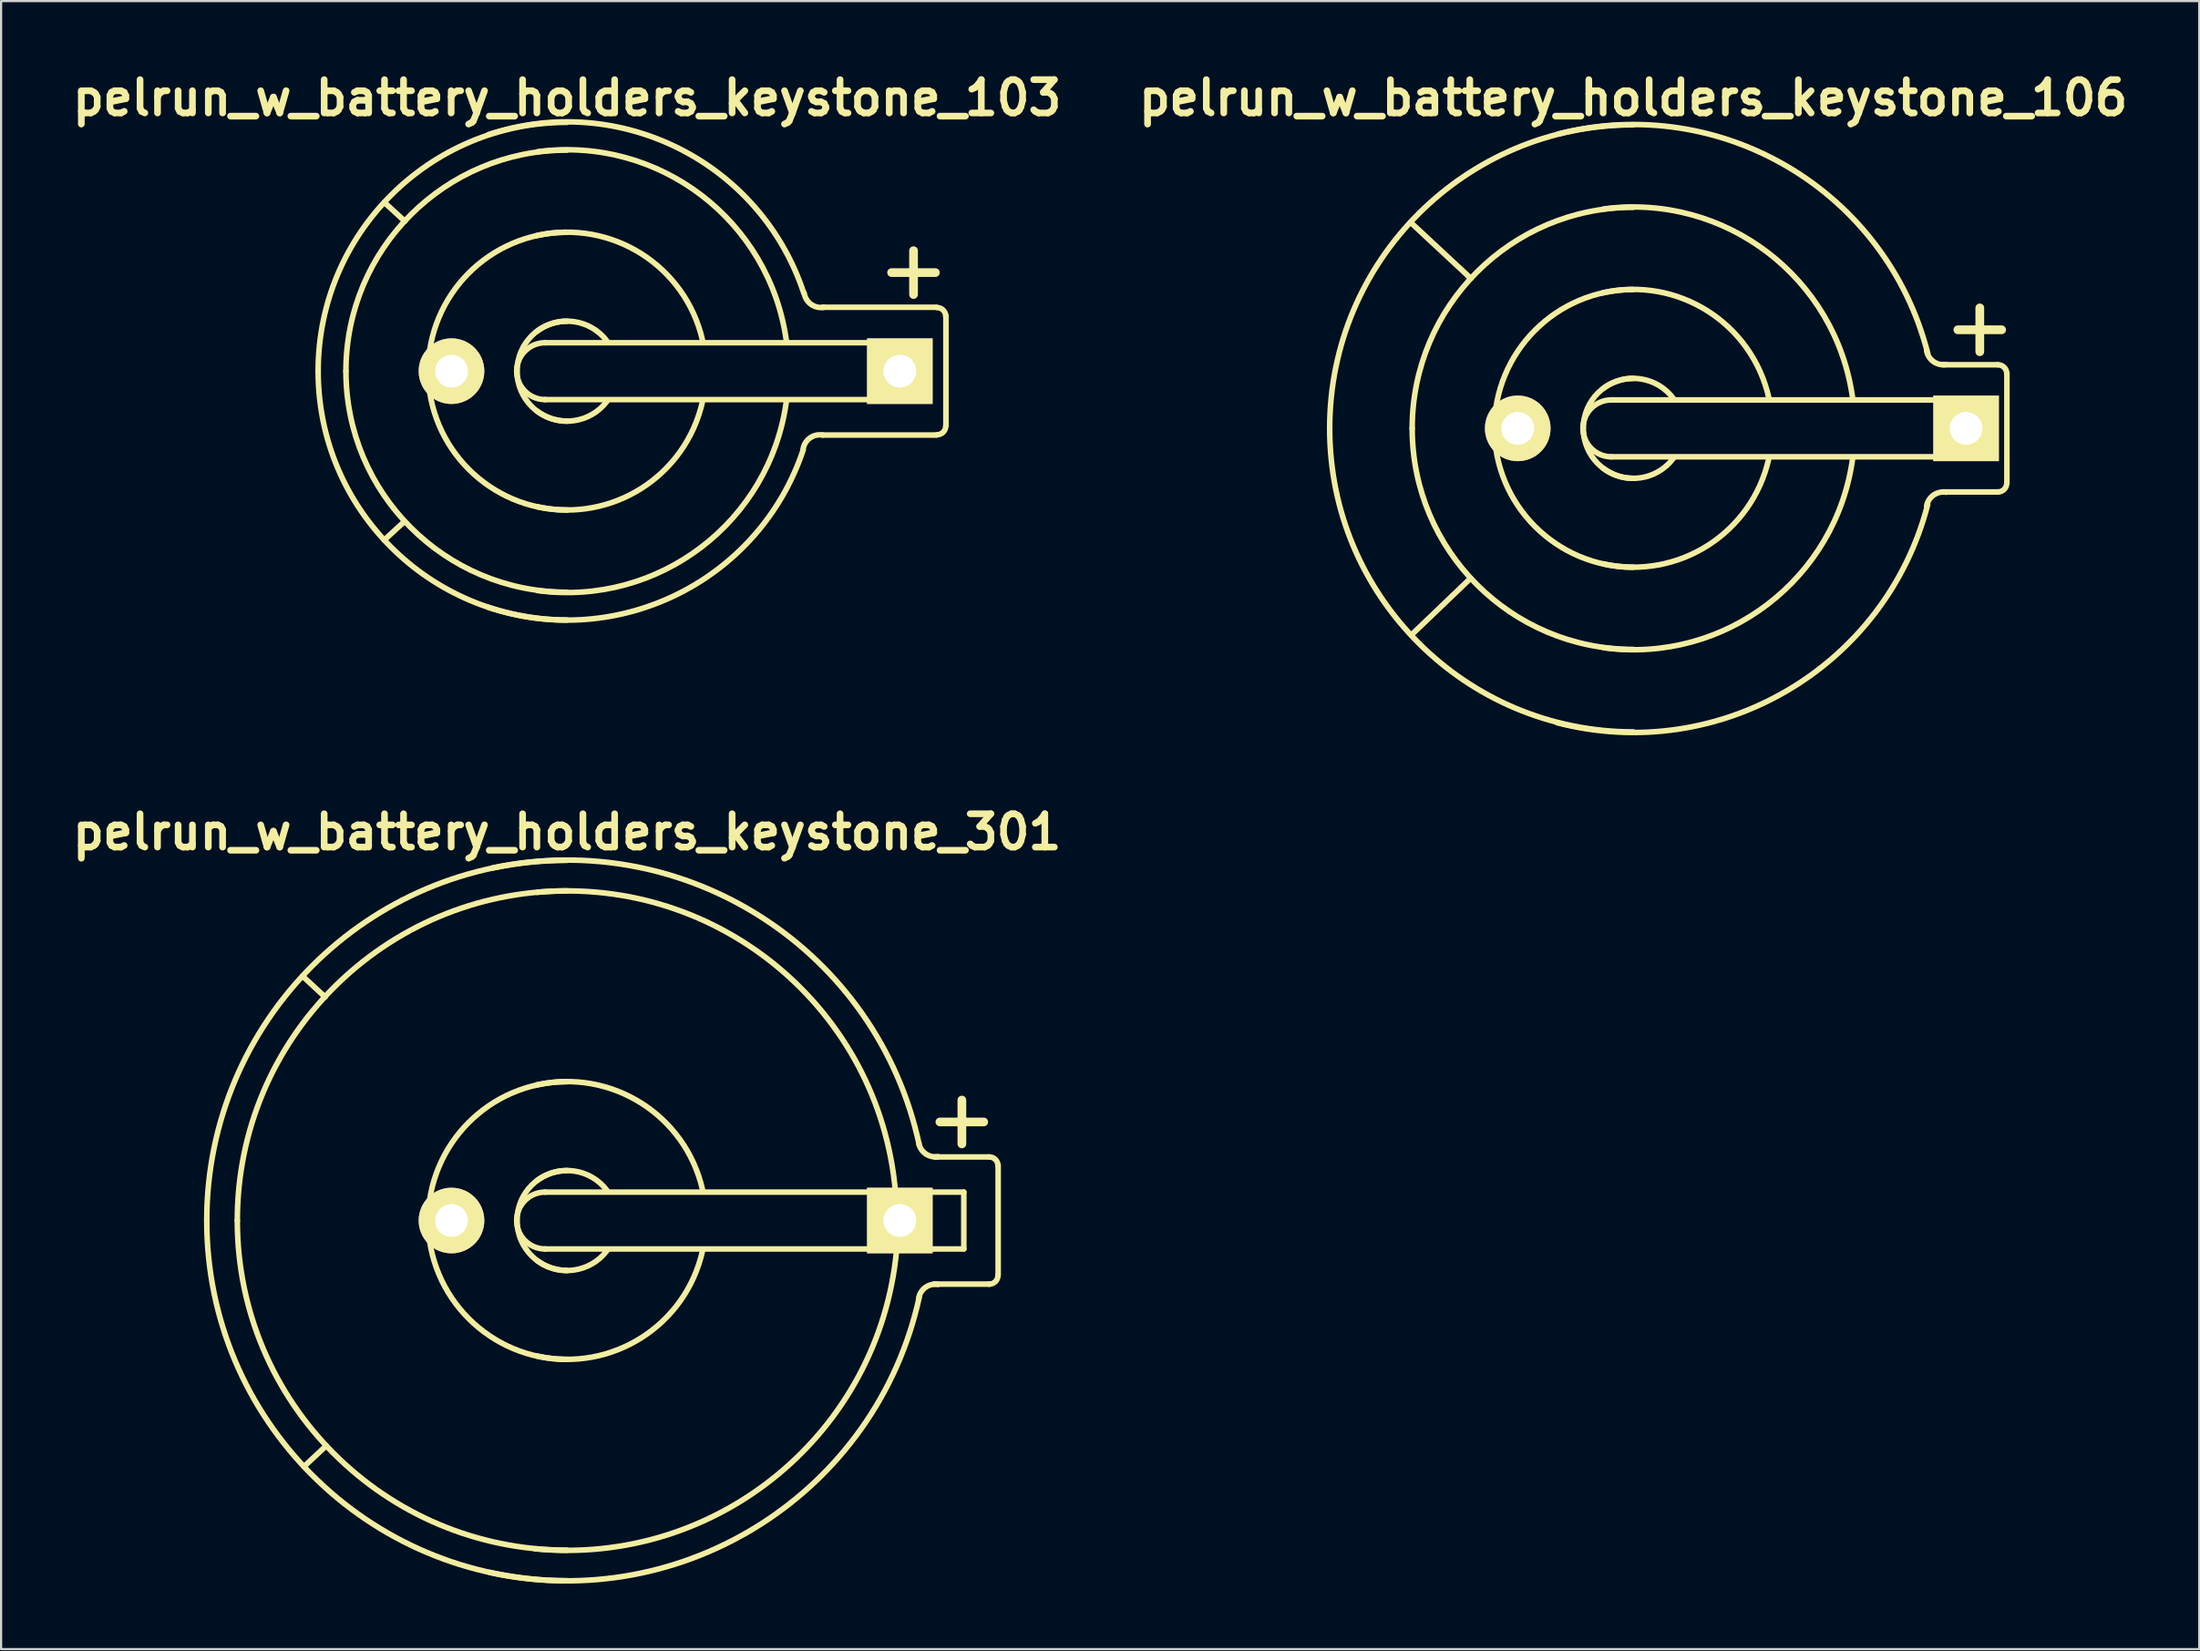
<source format=kicad_pcb>
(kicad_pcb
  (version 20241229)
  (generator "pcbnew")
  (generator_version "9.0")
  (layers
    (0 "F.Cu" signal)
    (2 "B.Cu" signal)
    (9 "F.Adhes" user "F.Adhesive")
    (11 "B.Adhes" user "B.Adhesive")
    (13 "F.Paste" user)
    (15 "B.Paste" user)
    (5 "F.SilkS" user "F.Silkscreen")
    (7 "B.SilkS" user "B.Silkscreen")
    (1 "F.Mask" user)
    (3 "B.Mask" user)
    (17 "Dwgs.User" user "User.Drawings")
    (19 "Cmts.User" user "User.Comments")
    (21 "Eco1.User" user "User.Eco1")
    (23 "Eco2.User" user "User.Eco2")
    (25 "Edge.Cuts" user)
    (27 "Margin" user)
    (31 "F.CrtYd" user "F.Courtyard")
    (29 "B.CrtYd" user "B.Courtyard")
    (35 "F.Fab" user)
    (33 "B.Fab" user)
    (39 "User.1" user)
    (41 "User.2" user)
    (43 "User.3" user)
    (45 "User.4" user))
  (footprint "pelrun_w_battery_holders_keystone_103"
    (layer "F.Cu")
    (at 22.875 13.923)
    (property "Reference" "pelrun_w_battery_holders_keystone_103" (at 0 -12.497 0) (layer "F.SilkS") (effects (font (size 1.524 1.524) (thickness 0.305))))
    (attr through_hole)
    (fp_line (start -8.357 -7.722) (end -7.417 -6.858) (stroke (width 0.254) (type solid)) (layer "F.SilkS"))
    (fp_line (start -8.357 7.722) (end -7.442 6.883) (stroke (width 0.254) (type solid)) (layer "F.SilkS"))
    (fp_line (start -1.001 -1.3) (end 15.199 -1.3) (stroke (width 0.254) (type solid)) (layer "F.SilkS"))
    (fp_line (start 11.684 -2.921) (end 16.891 -2.921) (stroke (width 0.254) (type solid)) (layer "F.SilkS"))
    (fp_line (start 14.839 -4.508) (end 16.84 -4.508) (stroke (width 0.399) (type solid)) (layer "F.SilkS"))
    (fp_line (start 15.199 1.3) (end -1.001 1.3) (stroke (width 0.254) (type solid)) (layer "F.SilkS"))
    (fp_line (start 15.207 -1.3) (end 15.207 1.3) (stroke (width 0.254) (type solid)) (layer "F.SilkS"))
    (fp_line (start 15.842 -3.505) (end 15.842 -5.509) (stroke (width 0.399) (type solid)) (layer "F.SilkS"))
    (fp_line (start 16.891 2.921) (end 11.684 2.921) (stroke (width 0.254) (type solid)) (layer "F.SilkS"))
    (fp_line (start 17.323 -2.54) (end 17.323 2.489) (stroke (width 0.254) (type solid)) (layer "F.SilkS"))
    (fp_arc (start -11.3792 0) (mid -8.046309 -8.046309) (end 0 -11.3792) (stroke (width 0.254) (type solid)) (layer "F.SilkS"))
    (fp_arc (start -10.1092 0) (mid -7.148284 -7.148284) (end 0 -10.1092) (stroke (width 0.254) (type solid)) (layer "F.SilkS"))
    (fp_arc (start -6.35 0.0254) (mid -4.508089 -4.472168) (end -0.0254 -6.35) (stroke (width 0.254) (type solid)) (layer "F.SilkS"))
    (fp_arc (start -3.5814 -10.8204) (mid 5.118746 -10.18361) (end 10.8204 -3.5814) (stroke (width 0.254) (type solid)) (layer "F.SilkS"))
    (fp_arc (start -2.30124 0) (mid -1.920338 -0.919578) (end -1.00076 -1.30048) (stroke (width 0.254) (type solid)) (layer "F.SilkS"))
    (fp_arc (start -2.286 0) (mid -1.616446 -1.616446) (end 0 -2.286) (stroke (width 0.254) (type solid)) (layer "F.SilkS"))
    (fp_arc (start -1.397 -6.1976) (mid 3.394537 -5.370193) (end 6.1976 -1.397) (stroke (width 0.254) (type solid)) (layer "F.SilkS"))
    (fp_arc (start -1.3716 -1.8288) (mid 0.323289 -2.263025) (end 1.8288 -1.3716) (stroke (width 0.254) (type solid)) (layer "F.SilkS"))
    (fp_arc (start -1.3462 -10.033) (mid 6.142495 -8.046309) (end 10.033 -1.3462) (stroke (width 0.254) (type solid)) (layer "F.SilkS"))
    (fp_arc (start -1.00076 1.30048) (mid -1.920338 0.919578) (end -2.30124 0) (stroke (width 0.254) (type solid)) (layer "F.SilkS"))
    (fp_arc (start 0 2.286) (mid -1.616446 1.616446) (end -2.286 0) (stroke (width 0.254) (type solid)) (layer "F.SilkS"))
    (fp_arc (start 0 6.35) (mid -4.490128 4.490128) (end -6.35 0) (stroke (width 0.254) (type solid)) (layer "F.SilkS"))
    (fp_arc (start 0 10.1092) (mid -7.148284 7.148284) (end -10.1092 0) (stroke (width 0.254) (type solid)) (layer "F.SilkS"))
    (fp_arc (start 0 11.3792) (mid -8.046309 8.046309) (end -11.3792 0) (stroke (width 0.254) (type solid)) (layer "F.SilkS"))
    (fp_arc (start 1.8288 1.3716) (mid 0.323289 2.263025) (end -1.3716 1.8288) (stroke (width 0.254) (type solid)) (layer "F.SilkS"))
    (fp_arc (start 6.1976 1.3716) (mid 3.412497 5.352233) (end -1.3716 6.1976) (stroke (width 0.254) (type solid)) (layer "F.SilkS"))
    (fp_arc (start 10.033 1.3462) (mid 6.142495 8.046309) (end -1.3462 10.033) (stroke (width 0.254) (type solid)) (layer "F.SilkS"))
    (fp_arc (start 10.795 3.556) (mid 11.107987 3.054382) (end 11.684 2.921) (stroke (width 0.254) (type solid)) (layer "F.SilkS"))
    (fp_arc (start 10.795 3.6068) (mid 5.082825 10.18361) (end -3.6068 10.795) (stroke (width 0.254) (type solid)) (layer "F.SilkS"))
    (fp_arc (start 11.7348 -2.921) (mid 11.158787 -3.054382) (end 10.8458 -3.556) (stroke (width 0.254) (type solid)) (layer "F.SilkS"))
    (fp_arc (start 16.91386 -2.9083) (mid 17.197636 -2.790756) (end 17.31518 -2.50698) (stroke (width 0.254) (type solid)) (layer "F.SilkS"))
    (fp_arc (start 17.31518 2.50698) (mid 17.197636 2.790756) (end 16.91386 2.9083) (stroke (width 0.254) (type solid)) (layer "F.SilkS"))
    (pad "1" thru_hole rect (at 15.215 0) (size 2.997 2.997) (drill 1.499) (layers "*.Cu" "*.Mask" "F.SilkS"))
    (pad "2" thru_hole circle (at -5.283 0) (size 3 3) (drill 1.499) (layers "*.Cu" "*.Mask" "F.SilkS")))
  (footprint "pelrun_w_battery_holders_keystone_106"
    (layer "F.Cu")
    (at 71.624 16.539)
    (property "Reference" "pelrun_w_battery_holders_keystone_106" (at 0 -15.113 0) (layer "F.SilkS") (effects (font (size 1.524 1.524) (thickness 0.305))))
    (attr through_hole)
    (fp_line (start -7.442 6.858) (end -10.147 9.449) (stroke (width 0.254) (type solid)) (layer "F.SilkS"))
    (fp_line (start -7.429 -6.858) (end -10.185 -9.423) (stroke (width 0.254) (type solid)) (layer "F.SilkS"))
    (fp_line (start -1.001 -1.3) (end 15.199 -1.3) (stroke (width 0.254) (type solid)) (layer "F.SilkS"))
    (fp_line (start 14.839 -4.508) (end 16.84 -4.508) (stroke (width 0.399) (type solid)) (layer "F.SilkS"))
    (fp_line (start 15.199 1.3) (end -1.001 1.3) (stroke (width 0.254) (type solid)) (layer "F.SilkS"))
    (fp_line (start 15.207 -1.3) (end 15.207 1.3) (stroke (width 0.254) (type solid)) (layer "F.SilkS"))
    (fp_line (start 15.842 -3.505) (end 15.842 -5.509) (stroke (width 0.399) (type solid)) (layer "F.SilkS"))
    (fp_line (start 16.675 -2.908) (end 14.148 -2.908) (stroke (width 0.254) (type solid)) (layer "F.SilkS"))
    (fp_line (start 16.675 2.908) (end 14.148 2.908) (stroke (width 0.254) (type solid)) (layer "F.SilkS"))
    (fp_line (start 17.081 -2.54) (end 17.081 2.489) (stroke (width 0.254) (type solid)) (layer "F.SilkS"))
    (fp_arc (start -13.8811 0) (mid -9.81542 -9.81542) (end 0 -13.8811) (stroke (width 0.254) (type solid)) (layer "F.SilkS"))
    (fp_arc (start -10.1092 0) (mid -7.148284 -7.148284) (end 0 -10.1092) (stroke (width 0.254) (type solid)) (layer "F.SilkS"))
    (fp_arc (start -6.35 0.0254) (mid -4.508089 -4.472168) (end -0.0254 -6.35) (stroke (width 0.254) (type solid)) (layer "F.SilkS"))
    (fp_arc (start -3.429 -13.462) (mid 7.094402 -11.943741) (end 13.462 -3.429) (stroke (width 0.254) (type solid)) (layer "F.SilkS"))
    (fp_arc (start -2.30124 0) (mid -1.920338 -0.919578) (end -1.00076 -1.30048) (stroke (width 0.254) (type solid)) (layer "F.SilkS"))
    (fp_arc (start -2.286 0) (mid -1.616446 -1.616446) (end 0 -2.286) (stroke (width 0.254) (type solid)) (layer "F.SilkS"))
    (fp_arc (start -1.397 -6.1976) (mid 3.394537 -5.370193) (end 6.1976 -1.397) (stroke (width 0.254) (type solid)) (layer "F.SilkS"))
    (fp_arc (start -1.3716 -1.8288) (mid 0.323289 -2.263025) (end 1.8288 -1.3716) (stroke (width 0.254) (type solid)) (layer "F.SilkS"))
    (fp_arc (start -1.3462 -10.033) (mid 6.142495 -8.046309) (end 10.033 -1.3462) (stroke (width 0.254) (type solid)) (layer "F.SilkS"))
    (fp_arc (start -1.00076 1.30048) (mid -1.920338 0.919578) (end -2.30124 0) (stroke (width 0.254) (type solid)) (layer "F.SilkS"))
    (fp_arc (start 0 2.286) (mid -1.616446 1.616446) (end -2.286 0) (stroke (width 0.254) (type solid)) (layer "F.SilkS"))
    (fp_arc (start 0 6.35) (mid -4.490128 4.490128) (end -6.35 0) (stroke (width 0.254) (type solid)) (layer "F.SilkS"))
    (fp_arc (start 0 10.1092) (mid -7.148284 7.148284) (end -10.1092 0) (stroke (width 0.254) (type solid)) (layer "F.SilkS"))
    (fp_arc (start 0 13.8811) (mid -9.81542 9.81542) (end -13.8811 0) (stroke (width 0.254) (type solid)) (layer "F.SilkS"))
    (fp_arc (start 1.8288 1.3716) (mid 0.323289 2.263025) (end -1.3716 1.8288) (stroke (width 0.254) (type solid)) (layer "F.SilkS"))
    (fp_arc (start 6.1976 1.3716) (mid 3.412497 5.352233) (end -1.3716 6.1976) (stroke (width 0.254) (type solid)) (layer "F.SilkS"))
    (fp_arc (start 10.033 1.3462) (mid 6.142495 8.046309) (end -1.3462 10.033) (stroke (width 0.254) (type solid)) (layer "F.SilkS"))
    (fp_arc (start 13.4112 3.556) (mid 13.724187 3.054382) (end 14.3002 2.921) (stroke (width 0.254) (type solid)) (layer "F.SilkS"))
    (fp_arc (start 13.462 3.4798) (mid 7.058481 11.979662) (end -3.4798 13.462) (stroke (width 0.254) (type solid)) (layer "F.SilkS"))
    (fp_arc (start 14.3002 -2.921) (mid 13.724187 -3.054382) (end 13.4112 -3.556) (stroke (width 0.254) (type solid)) (layer "F.SilkS"))
    (fp_arc (start 16.67256 -2.9083) (mid 16.956336 -2.790756) (end 17.07388 -2.50698) (stroke (width 0.254) (type solid)) (layer "F.SilkS"))
    (fp_arc (start 17.07388 2.50698) (mid 16.956336 2.790756) (end 16.67256 2.9083) (stroke (width 0.254) (type solid)) (layer "F.SilkS"))
    (pad "1" thru_hole rect (at 15.215 0) (size 2.997 2.997) (drill 1.499) (layers "*.Cu" "*.Mask" "F.SilkS"))
    (pad "2" thru_hole circle (at -5.283 0) (size 3 3) (drill 1.499) (layers "*.Cu" "*.Mask" "F.SilkS")))
  (footprint "pelrun_w_battery_holders_keystone_301"
    (layer "F.Cu")
    (at 22.875 52.765)
    (property "Reference" "pelrun_w_battery_holders_keystone_301" (at 0 -17.767 0) (layer "F.SilkS") (effects (font (size 1.524 1.524) (thickness 0.305))))
    (attr through_hole)
    (fp_line (start -11.062 -10.223) (end -12.09 -11.176) (stroke (width 0.254) (type solid)) (layer "F.SilkS"))
    (fp_line (start -11.011 10.3) (end -12.027 11.252) (stroke (width 0.254) (type solid)) (layer "F.SilkS"))
    (fp_line (start -1.001 -1.3) (end 15.199 -1.3) (stroke (width 0.254) (type solid)) (layer "F.SilkS"))
    (fp_line (start 14.732 -1.3) (end 18.141 -1.3) (stroke (width 0.254) (type solid)) (layer "F.SilkS"))
    (fp_line (start 15.199 1.3) (end -1.001 1.3) (stroke (width 0.254) (type solid)) (layer "F.SilkS"))
    (fp_line (start 15.215 1.3) (end 18.141 1.3) (stroke (width 0.254) (type solid)) (layer "F.SilkS"))
    (fp_line (start 17.048 -4.508) (end 19.05 -4.508) (stroke (width 0.399) (type solid)) (layer "F.SilkS"))
    (fp_line (start 18.052 -3.505) (end 18.052 -5.509) (stroke (width 0.399) (type solid)) (layer "F.SilkS"))
    (fp_line (start 18.141 -1.3) (end 18.141 1.3) (stroke (width 0.254) (type solid)) (layer "F.SilkS"))
    (fp_line (start 19.291 -2.908) (end 16.828 -2.908) (stroke (width 0.254) (type solid)) (layer "F.SilkS"))
    (fp_line (start 19.304 2.908) (end 16.777 2.908) (stroke (width 0.254) (type solid)) (layer "F.SilkS"))
    (fp_line (start 19.71 -2.54) (end 19.71 2.489) (stroke (width 0.254) (type solid)) (layer "F.SilkS"))
    (fp_arc (start -16.4719 0) (mid -11.647392 -11.647392) (end 0 -16.4719) (stroke (width 0.254) (type solid)) (layer "F.SilkS"))
    (fp_arc (start -15.0749 0) (mid -10.659564 -10.659564) (end 0 -15.0749) (stroke (width 0.254) (type solid)) (layer "F.SilkS"))
    (fp_arc (start -6.35 0.0254) (mid -4.508089 -4.472168) (end -0.0254 -6.35) (stroke (width 0.254) (type solid)) (layer "F.SilkS"))
    (fp_arc (start -3.4417 -16.1163) (mid 8.953315 -13.833314) (end 16.1036 -3.4544) (stroke (width 0.254) (type solid)) (layer "F.SilkS"))
    (fp_arc (start -2.30124 0) (mid -1.920338 -0.919578) (end -1.00076 -1.30048) (stroke (width 0.254) (type solid)) (layer "F.SilkS"))
    (fp_arc (start -2.286 0) (mid -1.616446 -1.616446) (end 0 -2.286) (stroke (width 0.254) (type solid)) (layer "F.SilkS"))
    (fp_arc (start -1.397 -6.1976) (mid 3.394537 -5.370193) (end 6.1976 -1.397) (stroke (width 0.254) (type solid)) (layer "F.SilkS"))
    (fp_arc (start -1.3716 -1.8288) (mid 0.323289 -2.263025) (end 1.8288 -1.3716) (stroke (width 0.254) (type solid)) (layer "F.SilkS"))
    (fp_arc (start -1.3589 -15.0114) (mid 9.653775 -11.57555) (end 15.0114 -1.3589) (stroke (width 0.254) (type solid)) (layer "F.SilkS"))
    (fp_arc (start -1.00076 1.30048) (mid -1.920338 0.919578) (end -2.30124 0) (stroke (width 0.254) (type solid)) (layer "F.SilkS"))
    (fp_arc (start 0 2.286) (mid -1.616446 1.616446) (end -2.286 0) (stroke (width 0.254) (type solid)) (layer "F.SilkS"))
    (fp_arc (start 0 6.35) (mid -4.490128 4.490128) (end -6.35 0) (stroke (width 0.254) (type solid)) (layer "F.SilkS"))
    (fp_arc (start 0 15.0749) (mid -10.659564 10.659564) (end -15.0749 0) (stroke (width 0.254) (type solid)) (layer "F.SilkS"))
    (fp_arc (start 0 16.4719) (mid -11.647392 11.647392) (end -16.4719 0) (stroke (width 0.254) (type solid)) (layer "F.SilkS"))
    (fp_arc (start 1.8288 1.3716) (mid 0.323289 2.263025) (end -1.3716 1.8288) (stroke (width 0.254) (type solid)) (layer "F.SilkS"))
    (fp_arc (start 6.1976 1.3716) (mid 3.412497 5.352233) (end -1.3716 6.1976) (stroke (width 0.254) (type solid)) (layer "F.SilkS"))
    (fp_arc (start 15.0622 1.4097) (mid 9.617854 11.632513) (end -1.4605 15.0114) (stroke (width 0.254) (type solid)) (layer "F.SilkS"))
    (fp_arc (start 16.0782 3.556) (mid 16.391187 3.054382) (end 16.9672 2.921) (stroke (width 0.254) (type solid)) (layer "F.SilkS"))
    (fp_arc (start 16.1036 3.5052) (mid 8.886734 13.867056) (end -3.5433 16.0909) (stroke (width 0.254) (type solid)) (layer "F.SilkS"))
    (fp_arc (start 16.9672 -2.921) (mid 16.391187 -3.054382) (end 16.0782 -3.556) (stroke (width 0.254) (type solid)) (layer "F.SilkS"))
    (fp_arc (start 19.30146 -2.9083) (mid 19.585236 -2.790756) (end 19.70278 -2.50698) (stroke (width 0.254) (type solid)) (layer "F.SilkS"))
    (fp_arc (start 19.70278 2.50698) (mid 19.585236 2.790756) (end 19.30146 2.9083) (stroke (width 0.254) (type solid)) (layer "F.SilkS"))
    (pad "1" thru_hole rect (at 15.215 0) (size 2.997 2.997) (drill 1.499) (layers "*.Cu" "*.Mask" "F.SilkS"))
    (pad "2" thru_hole circle (at -5.283 0) (size 3 3) (drill 1.499) (layers "*.Cu" "*.Mask" "F.SilkS")))
  (gr_rect
    (start -3 -3)
    (end 97.498 72.365)
    (stroke (width 0.1) (type default))
    (fill no)
    (layer "Edge.Cuts")))
</source>
